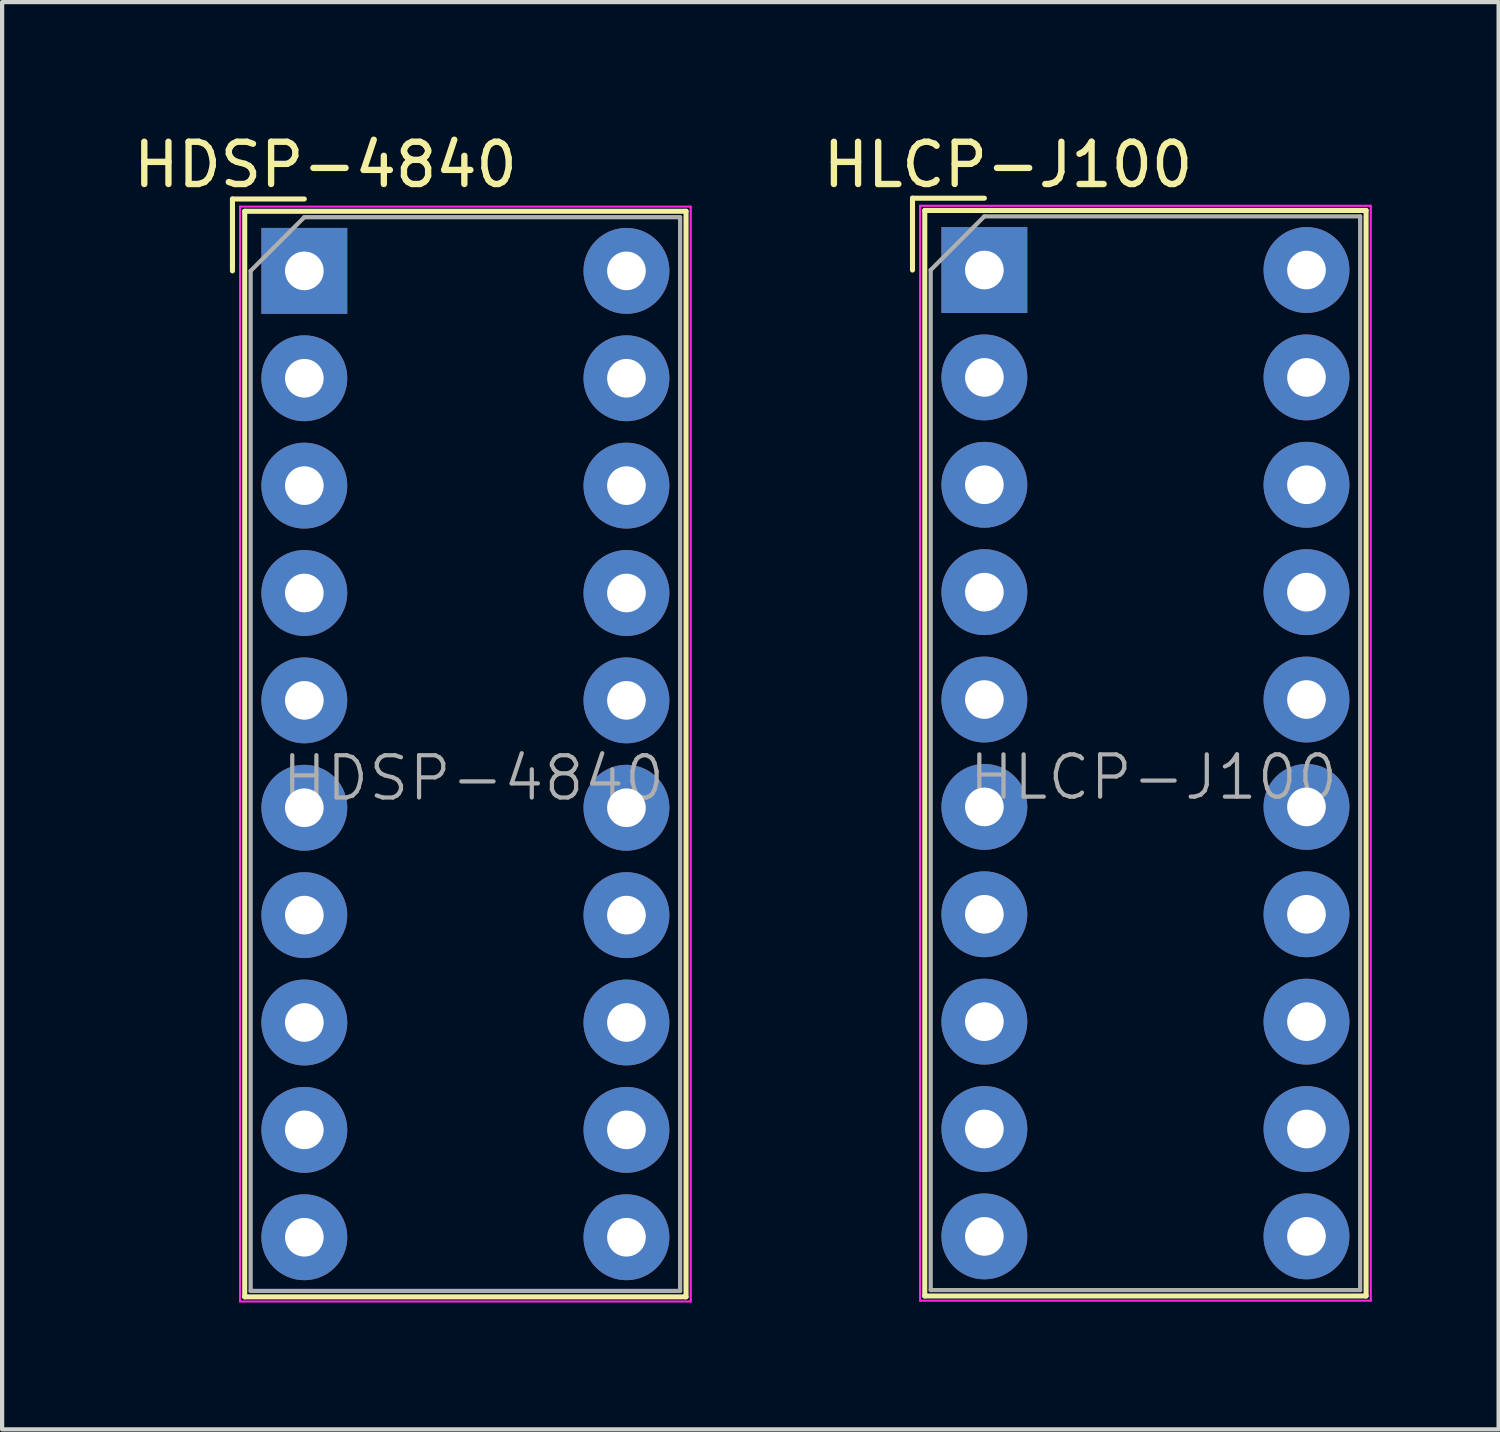
<source format=kicad_pcb>
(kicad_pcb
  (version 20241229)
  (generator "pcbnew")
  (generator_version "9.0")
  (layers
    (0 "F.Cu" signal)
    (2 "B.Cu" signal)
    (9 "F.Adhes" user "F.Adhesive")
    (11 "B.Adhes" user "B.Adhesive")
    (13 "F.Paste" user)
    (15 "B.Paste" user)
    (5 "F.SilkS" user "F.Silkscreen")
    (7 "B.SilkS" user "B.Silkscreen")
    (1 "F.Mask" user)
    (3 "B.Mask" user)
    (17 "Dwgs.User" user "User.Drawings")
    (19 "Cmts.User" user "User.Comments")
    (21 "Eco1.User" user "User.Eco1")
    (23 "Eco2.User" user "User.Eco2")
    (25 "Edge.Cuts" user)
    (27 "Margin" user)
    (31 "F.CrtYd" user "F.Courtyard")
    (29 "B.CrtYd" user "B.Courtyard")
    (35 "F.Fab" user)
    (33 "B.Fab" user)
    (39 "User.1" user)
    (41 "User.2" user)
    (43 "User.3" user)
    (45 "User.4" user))
  (footprint "HLCP-J100"
    (layer "F.Cu")
    (at 20.236 3.338)
    (property "Reference" "HLCP-J100" (at 0.56 -2.49 0) (layer "F.SilkS") (effects (font (size 1 1) (thickness 0.15))))
    (attr through_hole)
    (fp_line (start -1.7 -1.7) (end -1.7 0) (stroke (width 0.12) (type solid)) (layer "F.SilkS"))
    (fp_line (start -1.41 -1.41) (end 9.03 -1.41) (stroke (width 0.12) (type solid)) (layer "F.SilkS"))
    (fp_line (start -1.41 24.27) (end -1.41 -1.41) (stroke (width 0.12) (type solid)) (layer "F.SilkS"))
    (fp_line (start 0 -1.7) (end -1.7 -1.7) (stroke (width 0.12) (type solid)) (layer "F.SilkS"))
    (fp_line (start 9.03 -1.41) (end 9.03 24.27) (stroke (width 0.12) (type solid)) (layer "F.SilkS"))
    (fp_line (start 9.03 24.27) (end -1.41 24.27) (stroke (width 0.12) (type solid)) (layer "F.SilkS"))
    (fp_line (start -1.52 -1.52) (end -1.52 24.38) (stroke (width 0.05) (type solid)) (layer "F.CrtYd"))
    (fp_line (start -1.52 -1.52) (end 9.14 -1.52) (stroke (width 0.05) (type solid)) (layer "F.CrtYd"))
    (fp_line (start -1.52 24.38) (end 9.14 24.38) (stroke (width 0.05) (type solid)) (layer "F.CrtYd"))
    (fp_line (start 9.14 24.38) (end 9.14 -1.52) (stroke (width 0.05) (type solid)) (layer "F.CrtYd"))
    (fp_line (start -1.27 0) (end -1.27 24.13) (stroke (width 0.1) (type solid)) (layer "F.Fab"))
    (fp_line (start -1.27 24.13) (end 8.89 24.13) (stroke (width 0.1) (type solid)) (layer "F.Fab"))
    (fp_line (start 0 -1.27) (end -1.27 0) (stroke (width 0.1) (type solid)) (layer "F.Fab"))
    (fp_line (start 0 -1.27) (end 8.89 -1.27) (stroke (width 0.1) (type solid)) (layer "F.Fab"))
    (fp_line (start 8.89 -1.27) (end 8.89 24.13) (stroke (width 0.1) (type solid)) (layer "F.Fab"))
    (fp_text user "${REFERENCE}" (at 4 12 0) (layer "F.Fab") (effects (font (size 1 1) (thickness 0.1))))
    (pad "1" thru_hole rect (at 0 0 270) (size 2.032 2.032) (drill 0.914) (layers "*.Cu" "*.Mask"))
    (pad "2" thru_hole circle (at 0 2.54 270) (size 2.032 2.032) (drill 0.914) (layers "*.Cu" "*.Mask"))
    (pad "3" thru_hole circle (at 0 5.08 270) (size 2.032 2.032) (drill 0.914) (layers "*.Cu" "*.Mask"))
    (pad "4" thru_hole circle (at 0 7.62 270) (size 2.032 2.032) (drill 0.914) (layers "*.Cu" "*.Mask"))
    (pad "5" thru_hole circle (at 0 10.16 270) (size 2.032 2.032) (drill 0.914) (layers "*.Cu" "*.Mask"))
    (pad "6" thru_hole circle (at 0 12.7 270) (size 2.032 2.032) (drill 0.914) (layers "*.Cu" "*.Mask"))
    (pad "7" thru_hole circle (at 0 15.24 270) (size 2.032 2.032) (drill 0.914) (layers "*.Cu" "*.Mask"))
    (pad "8" thru_hole circle (at 0 17.78 270) (size 2.032 2.032) (drill 0.914) (layers "*.Cu" "*.Mask"))
    (pad "9" thru_hole circle (at 0 20.32 270) (size 2.032 2.032) (drill 0.914) (layers "*.Cu" "*.Mask"))
    (pad "10" thru_hole circle (at 0 22.86 270) (size 2.032 2.032) (drill 0.914) (layers "*.Cu" "*.Mask"))
    (pad "11" thru_hole circle (at 7.62 22.86 270) (size 2.032 2.032) (drill 0.914) (layers "*.Cu" "*.Mask"))
    (pad "12" thru_hole circle (at 7.62 20.32 270) (size 2.032 2.032) (drill 0.914) (layers "*.Cu" "*.Mask"))
    (pad "13" thru_hole circle (at 7.62 17.78 270) (size 2.032 2.032) (drill 0.914) (layers "*.Cu" "*.Mask"))
    (pad "14" thru_hole circle (at 7.62 15.24 270) (size 2.032 2.032) (drill 0.914) (layers "*.Cu" "*.Mask"))
    (pad "15" thru_hole circle (at 7.62 12.7 270) (size 2.032 2.032) (drill 0.914) (layers "*.Cu" "*.Mask"))
    (pad "16" thru_hole circle (at 7.62 10.16 270) (size 2.032 2.032) (drill 0.914) (layers "*.Cu" "*.Mask"))
    (pad "17" thru_hole circle (at 7.62 7.62 270) (size 2.032 2.032) (drill 0.914) (layers "*.Cu" "*.Mask"))
    (pad "18" thru_hole circle (at 7.62 5.08 270) (size 2.032 2.032) (drill 0.914) (layers "*.Cu" "*.Mask"))
    (pad "19" thru_hole circle (at 7.62 2.54 270) (size 2.032 2.032) (drill 0.914) (layers "*.Cu" "*.Mask"))
    (pad "20" thru_hole circle (at 7.62 0 270) (size 2.032 2.032) (drill 0.914) (layers "*.Cu" "*.Mask")))
  (footprint "HDSP-4840"
    (layer "F.Cu")
    (at 4.149 3.358)
    (property "Reference" "HDSP-4840" (at 0.5 -2.51 0) (layer "F.SilkS") (effects (font (size 1 1) (thickness 0.15))))
    (attr through_hole)
    (fp_line (start -1.7 -1.7) (end -1.7 0) (stroke (width 0.12) (type solid)) (layer "F.SilkS"))
    (fp_line (start -1.41 -1.41) (end 9.03 -1.41) (stroke (width 0.12) (type solid)) (layer "F.SilkS"))
    (fp_line (start -1.41 24.27) (end -1.41 -1.41) (stroke (width 0.12) (type solid)) (layer "F.SilkS"))
    (fp_line (start 0 -1.7) (end -1.7 -1.7) (stroke (width 0.12) (type solid)) (layer "F.SilkS"))
    (fp_line (start 9.03 -1.41) (end 9.03 24.27) (stroke (width 0.12) (type solid)) (layer "F.SilkS"))
    (fp_line (start 9.03 24.27) (end -1.41 24.27) (stroke (width 0.12) (type solid)) (layer "F.SilkS"))
    (fp_line (start -1.52 -1.52) (end -1.52 24.38) (stroke (width 0.05) (type solid)) (layer "F.CrtYd"))
    (fp_line (start -1.52 -1.52) (end 9.14 -1.52) (stroke (width 0.05) (type solid)) (layer "F.CrtYd"))
    (fp_line (start -1.52 24.38) (end 9.14 24.38) (stroke (width 0.05) (type solid)) (layer "F.CrtYd"))
    (fp_line (start 9.14 24.38) (end 9.14 -1.52) (stroke (width 0.05) (type solid)) (layer "F.CrtYd"))
    (fp_line (start -1.27 0) (end -1.27 24.13) (stroke (width 0.1) (type solid)) (layer "F.Fab"))
    (fp_line (start -1.27 24.13) (end 8.89 24.13) (stroke (width 0.1) (type solid)) (layer "F.Fab"))
    (fp_line (start 0 -1.27) (end -1.27 0) (stroke (width 0.1) (type solid)) (layer "F.Fab"))
    (fp_line (start 0 -1.27) (end 8.89 -1.27) (stroke (width 0.1) (type solid)) (layer "F.Fab"))
    (fp_line (start 8.89 -1.27) (end 8.89 24.13) (stroke (width 0.1) (type solid)) (layer "F.Fab"))
    (fp_text user "${REFERENCE}" (at 4 12 0) (layer "F.Fab") (effects (font (size 1 1) (thickness 0.1))))
    (pad "1" thru_hole rect (at 0 0 270) (size 2.032 2.032) (drill 0.914) (layers "*.Cu" "*.Mask"))
    (pad "2" thru_hole circle (at 0 2.54 270) (size 2.032 2.032) (drill 0.914) (layers "*.Cu" "*.Mask"))
    (pad "3" thru_hole circle (at 0 5.08 270) (size 2.032 2.032) (drill 0.914) (layers "*.Cu" "*.Mask"))
    (pad "4" thru_hole circle (at 0 7.62 270) (size 2.032 2.032) (drill 0.914) (layers "*.Cu" "*.Mask"))
    (pad "5" thru_hole circle (at 0 10.16 270) (size 2.032 2.032) (drill 0.914) (layers "*.Cu" "*.Mask"))
    (pad "6" thru_hole circle (at 0 12.7 270) (size 2.032 2.032) (drill 0.914) (layers "*.Cu" "*.Mask"))
    (pad "7" thru_hole circle (at 0 15.24 270) (size 2.032 2.032) (drill 0.914) (layers "*.Cu" "*.Mask"))
    (pad "8" thru_hole circle (at 0 17.78 270) (size 2.032 2.032) (drill 0.914) (layers "*.Cu" "*.Mask"))
    (pad "9" thru_hole circle (at 0 20.32 270) (size 2.032 2.032) (drill 0.914) (layers "*.Cu" "*.Mask"))
    (pad "10" thru_hole circle (at 0 22.86 270) (size 2.032 2.032) (drill 0.914) (layers "*.Cu" "*.Mask"))
    (pad "11" thru_hole circle (at 7.62 22.86 270) (size 2.032 2.032) (drill 0.914) (layers "*.Cu" "*.Mask"))
    (pad "12" thru_hole circle (at 7.62 20.32 270) (size 2.032 2.032) (drill 0.914) (layers "*.Cu" "*.Mask"))
    (pad "13" thru_hole circle (at 7.62 17.78 270) (size 2.032 2.032) (drill 0.914) (layers "*.Cu" "*.Mask"))
    (pad "14" thru_hole circle (at 7.62 15.24 270) (size 2.032 2.032) (drill 0.914) (layers "*.Cu" "*.Mask"))
    (pad "15" thru_hole circle (at 7.62 12.7 270) (size 2.032 2.032) (drill 0.914) (layers "*.Cu" "*.Mask"))
    (pad "16" thru_hole circle (at 7.62 10.16 270) (size 2.032 2.032) (drill 0.914) (layers "*.Cu" "*.Mask"))
    (pad "17" thru_hole circle (at 7.62 7.62 270) (size 2.032 2.032) (drill 0.914) (layers "*.Cu" "*.Mask"))
    (pad "18" thru_hole circle (at 7.62 5.08 270) (size 2.032 2.032) (drill 0.914) (layers "*.Cu" "*.Mask"))
    (pad "19" thru_hole circle (at 7.62 2.54 270) (size 2.032 2.032) (drill 0.914) (layers "*.Cu" "*.Mask"))
    (pad "20" thru_hole circle (at 7.62 0 270) (size 2.032 2.032) (drill 0.914) (layers "*.Cu" "*.Mask")))
  (gr_rect
    (start -3 -3)
    (end 32.401 30.763)
    (stroke (width 0.1) (type default))
    (fill no)
    (layer "Edge.Cuts")))
</source>
